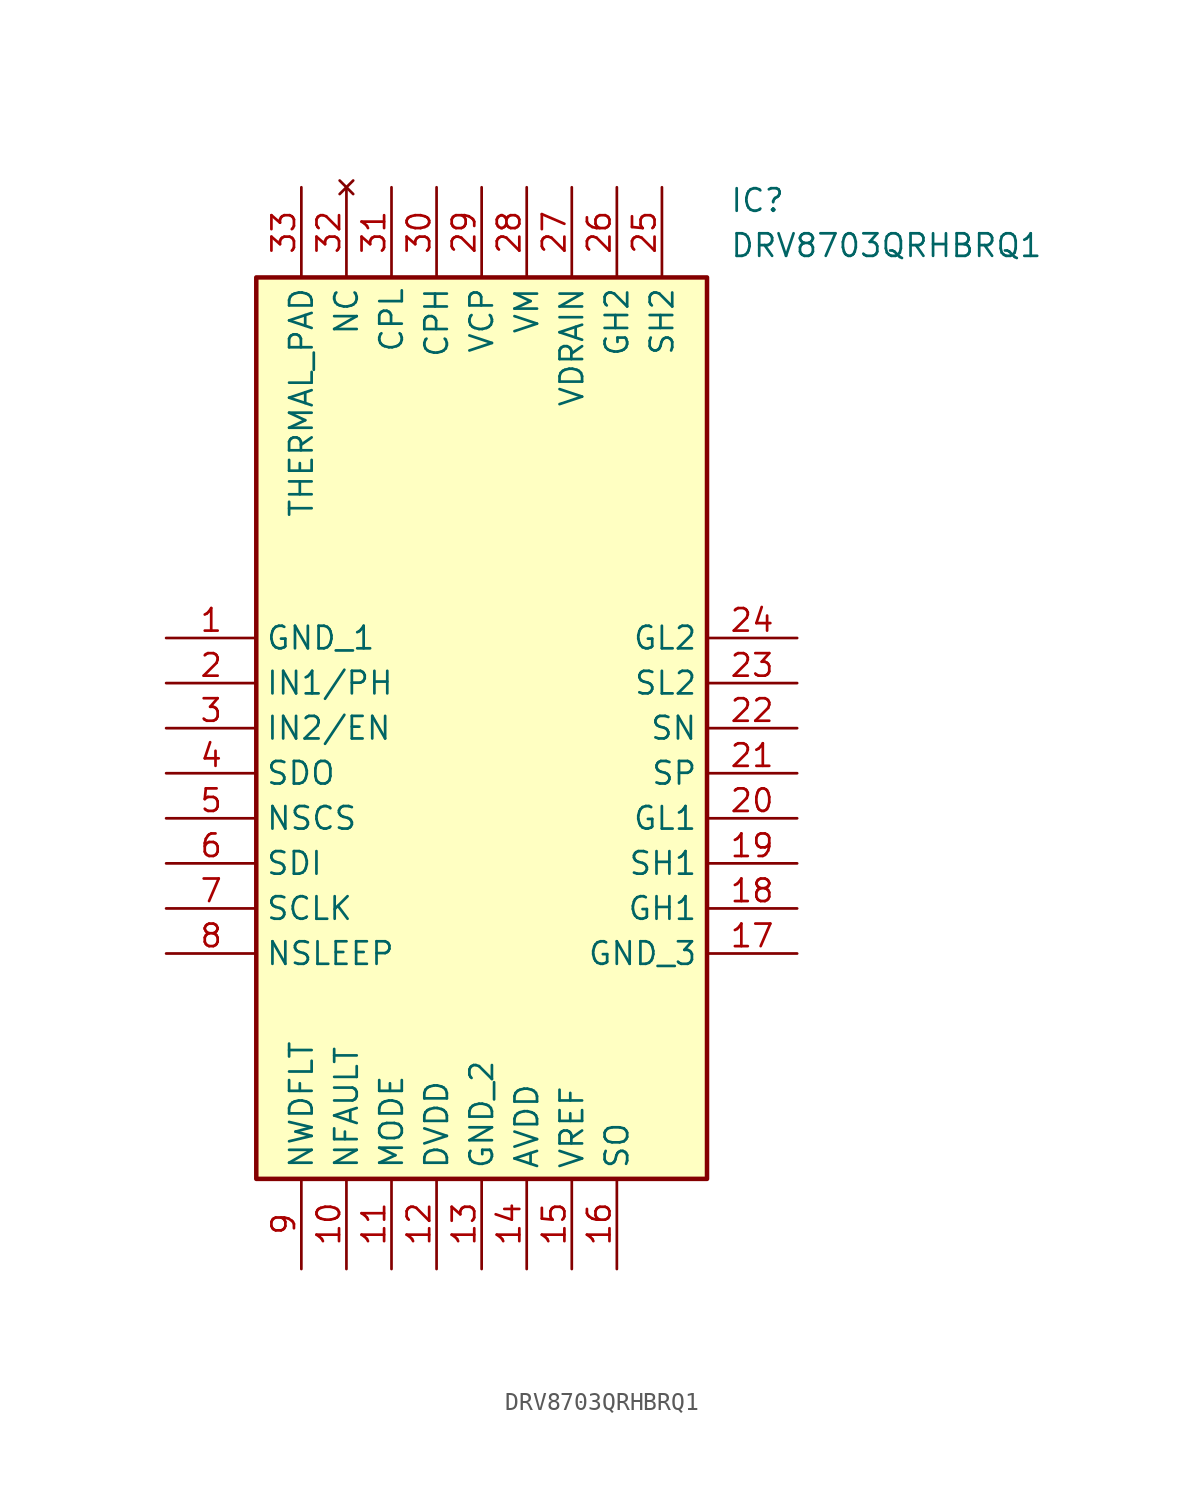
<source format=kicad_sym>
(kicad_symbol_lib
  (version 20211014)
  (generator SamacSys_ECAD_Model)
  (symbol "DRV8703QRHBRQ1"
    (property "Reference" "IC"
      (at 31.75 25.4 0)
      (effects (font (size 1.27 1.27)) (justify left top)))
    (property "Value" "DRV8703QRHBRQ1"
      (at 31.75 22.86 0)
      (effects (font (size 1.27 1.27)) (justify left top)))
    (rectangle
      (start 5.08 20.32)
      (end 30.48 -30.48)
      (stroke (width 0.254) (type default))
      (fill (type background)))
    (pin passive line
      (at 0 0 0)
      (length 5.08)
      (name "GND_1" (effects (font (size 1.27 1.27))))
      (number "1" (effects (font (size 1.27 1.27)))))
    (pin passive line
      (at 0 -2.54 0)
      (length 5.08)
      (name "IN1/PH" (effects (font (size 1.27 1.27))))
      (number "2" (effects (font (size 1.27 1.27)))))
    (pin passive line
      (at 0 -5.08 0)
      (length 5.08)
      (name "IN2/EN" (effects (font (size 1.27 1.27))))
      (number "3" (effects (font (size 1.27 1.27)))))
    (pin passive line
      (at 0 -7.62 0)
      (length 5.08)
      (name "SDO" (effects (font (size 1.27 1.27))))
      (number "4" (effects (font (size 1.27 1.27)))))
    (pin passive line
      (at 0 -10.16 0)
      (length 5.08)
      (name "NSCS" (effects (font (size 1.27 1.27))))
      (number "5" (effects (font (size 1.27 1.27)))))
    (pin passive line
      (at 0 -12.7 0)
      (length 5.08)
      (name "SDI" (effects (font (size 1.27 1.27))))
      (number "6" (effects (font (size 1.27 1.27)))))
    (pin passive line
      (at 0 -15.24 0)
      (length 5.08)
      (name "SCLK" (effects (font (size 1.27 1.27))))
      (number "7" (effects (font (size 1.27 1.27)))))
    (pin passive line
      (at 0 -17.78 0)
      (length 5.08)
      (name "NSLEEP" (effects (font (size 1.27 1.27))))
      (number "8" (effects (font (size 1.27 1.27)))))
    (pin passive line
      (at 7.62 -35.56 90)
      (length 5.08)
      (name "NWDFLT" (effects (font (size 1.27 1.27))))
      (number "9" (effects (font (size 1.27 1.27)))))
    (pin passive line
      (at 10.16 -35.56 90)
      (length 5.08)
      (name "NFAULT" (effects (font (size 1.27 1.27))))
      (number "10" (effects (font (size 1.27 1.27)))))
    (pin passive line
      (at 12.7 -35.56 90)
      (length 5.08)
      (name "MODE" (effects (font (size 1.27 1.27))))
      (number "11" (effects (font (size 1.27 1.27)))))
    (pin passive line
      (at 15.24 -35.56 90)
      (length 5.08)
      (name "DVDD" (effects (font (size 1.27 1.27))))
      (number "12" (effects (font (size 1.27 1.27)))))
    (pin passive line
      (at 17.78 -35.56 90)
      (length 5.08)
      (name "GND_2" (effects (font (size 1.27 1.27))))
      (number "13" (effects (font (size 1.27 1.27)))))
    (pin passive line
      (at 20.32 -35.56 90)
      (length 5.08)
      (name "AVDD" (effects (font (size 1.27 1.27))))
      (number "14" (effects (font (size 1.27 1.27)))))
    (pin passive line
      (at 22.86 -35.56 90)
      (length 5.08)
      (name "VREF" (effects (font (size 1.27 1.27))))
      (number "15" (effects (font (size 1.27 1.27)))))
    (pin passive line
      (at 25.4 -35.56 90)
      (length 5.08)
      (name "SO" (effects (font (size 1.27 1.27))))
      (number "16" (effects (font (size 1.27 1.27)))))
    (pin passive line
      (at 35.56 0 180)
      (length 5.08)
      (name "GL2" (effects (font (size 1.27 1.27))))
      (number "24" (effects (font (size 1.27 1.27)))))
    (pin passive line
      (at 35.56 -2.54 180)
      (length 5.08)
      (name "SL2" (effects (font (size 1.27 1.27))))
      (number "23" (effects (font (size 1.27 1.27)))))
    (pin passive line
      (at 35.56 -5.08 180)
      (length 5.08)
      (name "SN" (effects (font (size 1.27 1.27))))
      (number "22" (effects (font (size 1.27 1.27)))))
    (pin passive line
      (at 35.56 -7.62 180)
      (length 5.08)
      (name "SP" (effects (font (size 1.27 1.27))))
      (number "21" (effects (font (size 1.27 1.27)))))
    (pin passive line
      (at 35.56 -10.16 180)
      (length 5.08)
      (name "GL1" (effects (font (size 1.27 1.27))))
      (number "20" (effects (font (size 1.27 1.27)))))
    (pin passive line
      (at 35.56 -12.7 180)
      (length 5.08)
      (name "SH1" (effects (font (size 1.27 1.27))))
      (number "19" (effects (font (size 1.27 1.27)))))
    (pin passive line
      (at 35.56 -15.24 180)
      (length 5.08)
      (name "GH1" (effects (font (size 1.27 1.27))))
      (number "18" (effects (font (size 1.27 1.27)))))
    (pin passive line
      (at 35.56 -17.78 180)
      (length 5.08)
      (name "GND_3" (effects (font (size 1.27 1.27))))
      (number "17" (effects (font (size 1.27 1.27)))))
    (pin passive line
      (at 7.62 25.4 270)
      (length 5.08)
      (name "THERMAL_PAD" (effects (font (size 1.27 1.27))))
      (number "33" (effects (font (size 1.27 1.27)))))
    (pin no_connect line
      (at 10.16 25.4 270)
      (length 5.08)
      (name "NC" (effects (font (size 1.27 1.27))))
      (number "32" (effects (font (size 1.27 1.27)))))
    (pin passive line
      (at 12.7 25.4 270)
      (length 5.08)
      (name "CPL" (effects (font (size 1.27 1.27))))
      (number "31" (effects (font (size 1.27 1.27)))))
    (pin passive line
      (at 15.24 25.4 270)
      (length 5.08)
      (name "CPH" (effects (font (size 1.27 1.27))))
      (number "30" (effects (font (size 1.27 1.27)))))
    (pin passive line
      (at 17.78 25.4 270)
      (length 5.08)
      (name "VCP" (effects (font (size 1.27 1.27))))
      (number "29" (effects (font (size 1.27 1.27)))))
    (pin passive line
      (at 20.32 25.4 270)
      (length 5.08)
      (name "VM" (effects (font (size 1.27 1.27))))
      (number "28" (effects (font (size 1.27 1.27)))))
    (pin passive line
      (at 22.86 25.4 270)
      (length 5.08)
      (name "VDRAIN" (effects (font (size 1.27 1.27))))
      (number "27" (effects (font (size 1.27 1.27)))))
    (pin passive line
      (at 25.4 25.4 270)
      (length 5.08)
      (name "GH2" (effects (font (size 1.27 1.27))))
      (number "26" (effects (font (size 1.27 1.27)))))
    (pin passive line
      (at 27.94 25.4 270)
      (length 5.08)
      (name "SH2" (effects (font (size 1.27 1.27))))
      (number "25" (effects (font (size 1.27 1.27)))))))
</source>
